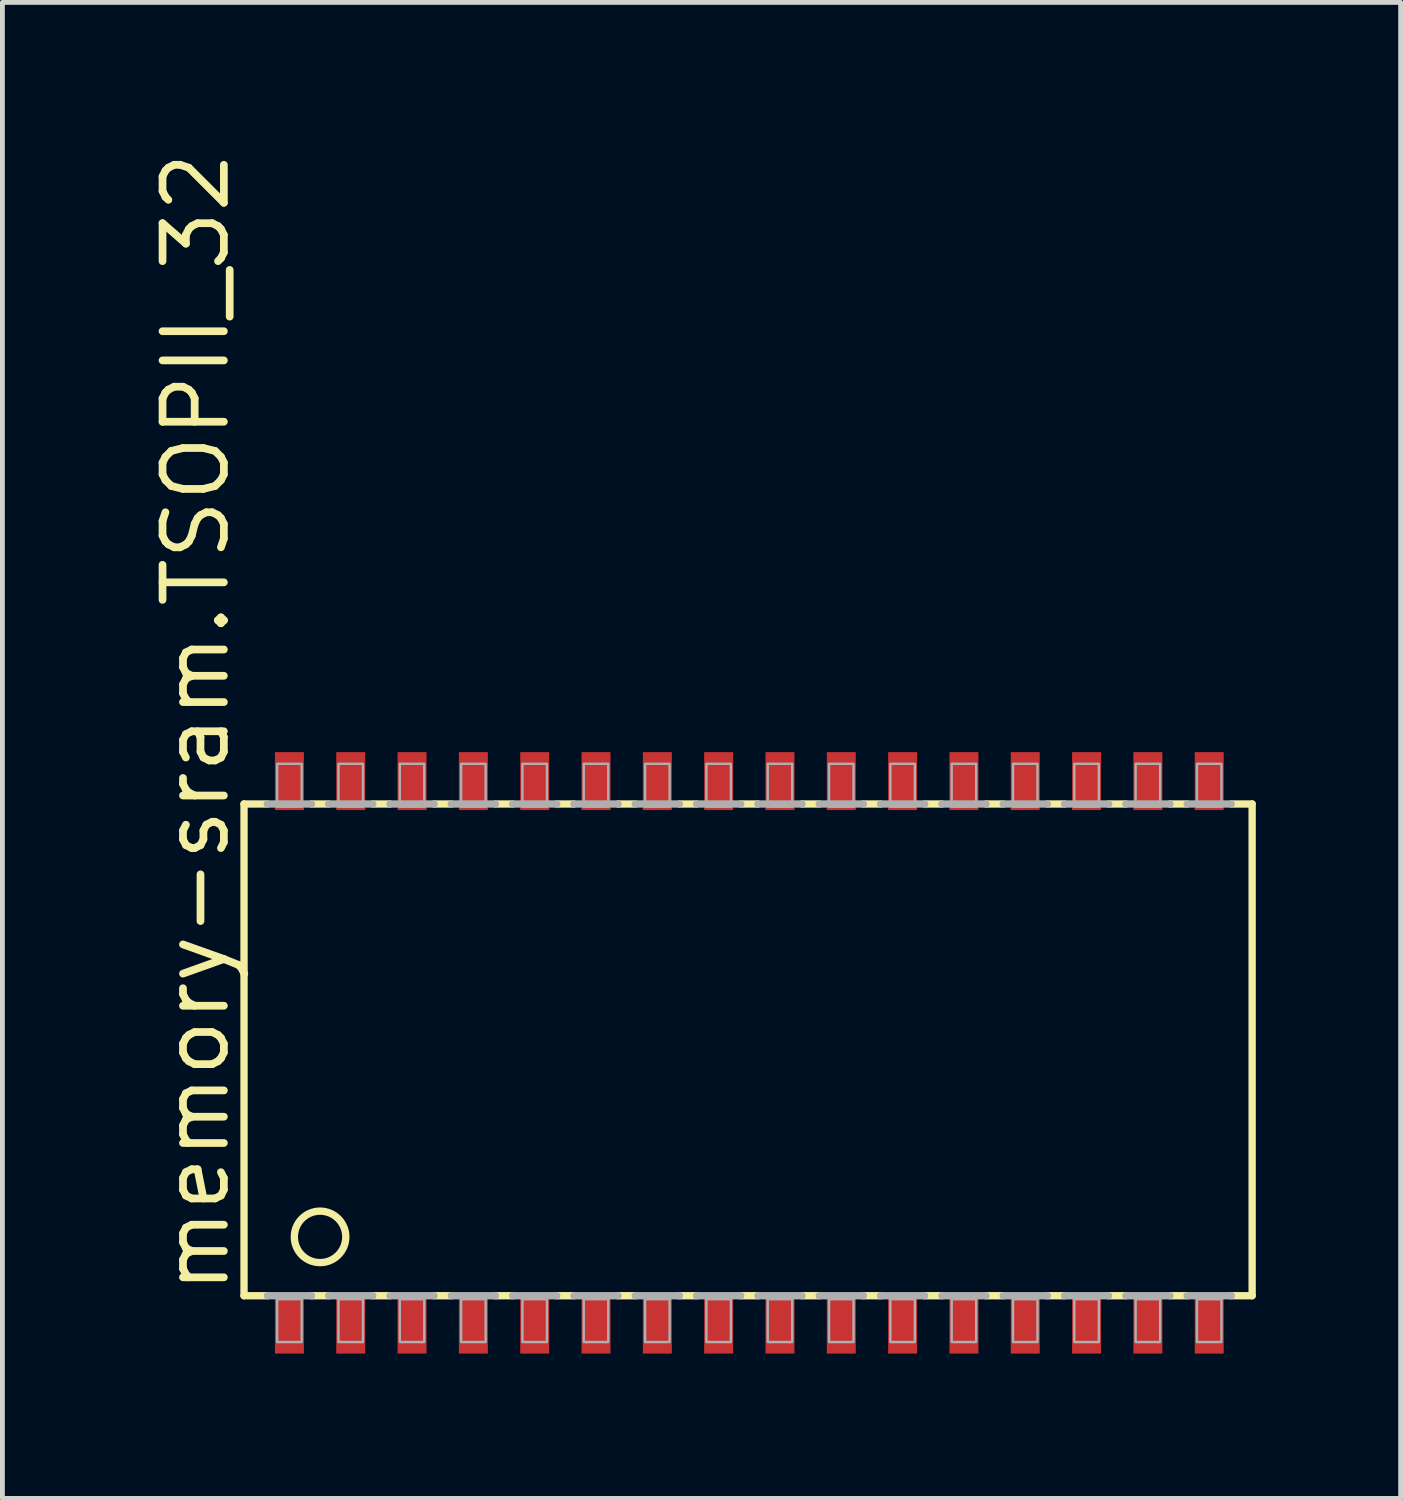
<source format=kicad_pcb>
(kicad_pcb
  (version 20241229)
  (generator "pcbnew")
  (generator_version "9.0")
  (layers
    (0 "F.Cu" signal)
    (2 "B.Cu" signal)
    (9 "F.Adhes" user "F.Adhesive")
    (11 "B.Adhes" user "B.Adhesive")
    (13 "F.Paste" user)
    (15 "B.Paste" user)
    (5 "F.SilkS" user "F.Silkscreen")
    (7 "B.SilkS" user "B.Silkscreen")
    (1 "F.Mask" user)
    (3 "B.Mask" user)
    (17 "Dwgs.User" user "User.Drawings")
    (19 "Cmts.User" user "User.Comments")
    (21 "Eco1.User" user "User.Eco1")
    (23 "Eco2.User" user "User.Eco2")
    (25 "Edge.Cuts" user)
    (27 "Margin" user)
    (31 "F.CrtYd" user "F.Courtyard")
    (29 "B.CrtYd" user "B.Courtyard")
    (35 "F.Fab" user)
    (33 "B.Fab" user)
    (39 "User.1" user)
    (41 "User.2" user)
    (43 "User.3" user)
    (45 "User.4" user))
  (footprint "memory-sram.TSOPII_32"
    (layer "F.Cu")
    (at 12.469 18.757)
    (property "Reference" "memory-sram.TSOPII_32" (at -10.719 5.055 90) (layer "F.SilkS") (effects (font (size 1.27 1.27) (thickness 0.16)) (justify left bottom)))
    (attr smd)
    (fp_line (start -10.465 -5.156) (end -10.465 5.029) (stroke (width 0.152) (type default)) (layer "F.SilkS"))
    (fp_line (start -10.465 -5.156) (end -9.982 -5.156) (stroke (width 0.152) (type default)) (layer "F.SilkS"))
    (fp_line (start -10.465 5.029) (end -9.982 5.029) (stroke (width 0.152) (type default)) (layer "F.SilkS"))
    (fp_line (start -9.068 -5.156) (end -8.712 -5.156) (stroke (width 0.152) (type default)) (layer "F.SilkS"))
    (fp_line (start -8.712 5.029) (end -9.068 5.029) (stroke (width 0.152) (type default)) (layer "F.SilkS"))
    (fp_line (start -7.798 -5.156) (end -7.442 -5.156) (stroke (width 0.152) (type default)) (layer "F.SilkS"))
    (fp_line (start -7.442 5.029) (end -7.798 5.029) (stroke (width 0.152) (type default)) (layer "F.SilkS"))
    (fp_line (start -6.528 -5.156) (end -6.172 -5.156) (stroke (width 0.152) (type default)) (layer "F.SilkS"))
    (fp_line (start -6.172 5.029) (end -6.528 5.029) (stroke (width 0.152) (type default)) (layer "F.SilkS"))
    (fp_line (start -5.258 -5.156) (end -4.902 -5.156) (stroke (width 0.152) (type default)) (layer "F.SilkS"))
    (fp_line (start -4.902 5.029) (end -5.258 5.029) (stroke (width 0.152) (type default)) (layer "F.SilkS"))
    (fp_line (start -3.988 -5.156) (end -3.632 -5.156) (stroke (width 0.152) (type default)) (layer "F.SilkS"))
    (fp_line (start -3.632 5.029) (end -3.988 5.029) (stroke (width 0.152) (type default)) (layer "F.SilkS"))
    (fp_line (start -2.718 -5.156) (end -2.362 -5.156) (stroke (width 0.152) (type default)) (layer "F.SilkS"))
    (fp_line (start -2.362 5.029) (end -2.718 5.029) (stroke (width 0.152) (type default)) (layer "F.SilkS"))
    (fp_line (start -1.448 -5.156) (end -1.092 -5.156) (stroke (width 0.152) (type default)) (layer "F.SilkS"))
    (fp_line (start -1.092 5.029) (end -1.448 5.029) (stroke (width 0.152) (type default)) (layer "F.SilkS"))
    (fp_line (start -0.178 -5.156) (end 0.178 -5.156) (stroke (width 0.152) (type default)) (layer "F.SilkS"))
    (fp_line (start 0.178 5.029) (end -0.178 5.029) (stroke (width 0.152) (type default)) (layer "F.SilkS"))
    (fp_line (start 1.092 -5.156) (end 1.448 -5.156) (stroke (width 0.152) (type default)) (layer "F.SilkS"))
    (fp_line (start 1.448 5.029) (end 1.092 5.029) (stroke (width 0.152) (type default)) (layer "F.SilkS"))
    (fp_line (start 2.362 -5.156) (end 2.718 -5.156) (stroke (width 0.152) (type default)) (layer "F.SilkS"))
    (fp_line (start 2.718 5.029) (end 2.362 5.029) (stroke (width 0.152) (type default)) (layer "F.SilkS"))
    (fp_line (start 3.632 -5.156) (end 3.988 -5.156) (stroke (width 0.152) (type default)) (layer "F.SilkS"))
    (fp_line (start 3.988 5.029) (end 3.632 5.029) (stroke (width 0.152) (type default)) (layer "F.SilkS"))
    (fp_line (start 4.902 -5.156) (end 5.258 -5.156) (stroke (width 0.152) (type default)) (layer "F.SilkS"))
    (fp_line (start 5.258 5.029) (end 4.902 5.029) (stroke (width 0.152) (type default)) (layer "F.SilkS"))
    (fp_line (start 6.172 -5.156) (end 6.528 -5.156) (stroke (width 0.152) (type default)) (layer "F.SilkS"))
    (fp_line (start 6.528 5.029) (end 6.172 5.029) (stroke (width 0.152) (type default)) (layer "F.SilkS"))
    (fp_line (start 7.442 -5.156) (end 7.798 -5.156) (stroke (width 0.152) (type default)) (layer "F.SilkS"))
    (fp_line (start 7.798 5.029) (end 7.442 5.029) (stroke (width 0.152) (type default)) (layer "F.SilkS"))
    (fp_line (start 8.712 -5.156) (end 9.068 -5.156) (stroke (width 0.152) (type default)) (layer "F.SilkS"))
    (fp_line (start 9.068 5.029) (end 8.712 5.029) (stroke (width 0.152) (type default)) (layer "F.SilkS"))
    (fp_line (start 10.414 -5.156) (end 9.982 -5.156) (stroke (width 0.152) (type default)) (layer "F.SilkS"))
    (fp_line (start 10.414 5.029) (end 9.982 5.029) (stroke (width 0.152) (type default)) (layer "F.SilkS"))
    (fp_line (start 10.414 5.029) (end 10.414 -5.156) (stroke (width 0.152) (type default)) (layer "F.SilkS"))
    (fp_circle (center -8.89 3.81) (end -8.357 3.81) (stroke (width 0.152) (type default)) (fill no) (layer "F.SilkS"))
    (fp_line (start -9.982 -5.156) (end -9.068 -5.156) (stroke (width 0.152) (type default)) (layer "F.Fab"))
    (fp_line (start -9.982 5.029) (end -9.068 5.029) (stroke (width 0.152) (type default)) (layer "F.Fab"))
    (fp_line (start -8.712 -5.156) (end -7.798 -5.156) (stroke (width 0.152) (type default)) (layer "F.Fab"))
    (fp_line (start -7.798 5.029) (end -8.712 5.029) (stroke (width 0.152) (type default)) (layer "F.Fab"))
    (fp_line (start -7.442 -5.156) (end -6.528 -5.156) (stroke (width 0.152) (type default)) (layer "F.Fab"))
    (fp_line (start -6.528 5.029) (end -7.442 5.029) (stroke (width 0.152) (type default)) (layer "F.Fab"))
    (fp_line (start -6.172 -5.156) (end -5.258 -5.156) (stroke (width 0.152) (type default)) (layer "F.Fab"))
    (fp_line (start -5.258 5.029) (end -6.172 5.029) (stroke (width 0.152) (type default)) (layer "F.Fab"))
    (fp_line (start -4.902 -5.156) (end -3.988 -5.156) (stroke (width 0.152) (type default)) (layer "F.Fab"))
    (fp_line (start -3.988 5.029) (end -4.902 5.029) (stroke (width 0.152) (type default)) (layer "F.Fab"))
    (fp_line (start -3.632 -5.156) (end -2.718 -5.156) (stroke (width 0.152) (type default)) (layer "F.Fab"))
    (fp_line (start -2.718 5.029) (end -3.632 5.029) (stroke (width 0.152) (type default)) (layer "F.Fab"))
    (fp_line (start -2.362 -5.156) (end -1.448 -5.156) (stroke (width 0.152) (type default)) (layer "F.Fab"))
    (fp_line (start -1.448 5.029) (end -2.362 5.029) (stroke (width 0.152) (type default)) (layer "F.Fab"))
    (fp_line (start -1.092 -5.156) (end -0.178 -5.156) (stroke (width 0.152) (type default)) (layer "F.Fab"))
    (fp_line (start -0.178 5.029) (end -1.092 5.029) (stroke (width 0.152) (type default)) (layer "F.Fab"))
    (fp_line (start 0.178 -5.156) (end 1.092 -5.156) (stroke (width 0.152) (type default)) (layer "F.Fab"))
    (fp_line (start 1.092 5.029) (end 0.178 5.029) (stroke (width 0.152) (type default)) (layer "F.Fab"))
    (fp_line (start 1.448 -5.156) (end 2.362 -5.156) (stroke (width 0.152) (type default)) (layer "F.Fab"))
    (fp_line (start 2.362 5.029) (end 1.448 5.029) (stroke (width 0.152) (type default)) (layer "F.Fab"))
    (fp_line (start 2.718 -5.156) (end 3.632 -5.156) (stroke (width 0.152) (type default)) (layer "F.Fab"))
    (fp_line (start 3.632 5.029) (end 2.718 5.029) (stroke (width 0.152) (type default)) (layer "F.Fab"))
    (fp_line (start 3.988 -5.156) (end 4.902 -5.156) (stroke (width 0.152) (type default)) (layer "F.Fab"))
    (fp_line (start 4.902 5.029) (end 3.988 5.029) (stroke (width 0.152) (type default)) (layer "F.Fab"))
    (fp_line (start 5.258 -5.156) (end 6.172 -5.156) (stroke (width 0.152) (type default)) (layer "F.Fab"))
    (fp_line (start 6.172 5.029) (end 5.258 5.029) (stroke (width 0.152) (type default)) (layer "F.Fab"))
    (fp_line (start 6.528 -5.156) (end 7.442 -5.156) (stroke (width 0.152) (type default)) (layer "F.Fab"))
    (fp_line (start 7.442 5.029) (end 6.528 5.029) (stroke (width 0.152) (type default)) (layer "F.Fab"))
    (fp_line (start 7.798 -5.156) (end 8.712 -5.156) (stroke (width 0.152) (type default)) (layer "F.Fab"))
    (fp_line (start 8.712 5.029) (end 7.798 5.029) (stroke (width 0.152) (type default)) (layer "F.Fab"))
    (fp_line (start 9.982 -5.156) (end 9.068 -5.156) (stroke (width 0.152) (type default)) (layer "F.Fab"))
    (fp_line (start 9.982 5.029) (end 9.068 5.029) (stroke (width 0.152) (type default)) (layer "F.Fab"))
    (fp_rect (start -9.779 -5.1) (end -9.271 -5.988) (stroke (width 0.05) (type default)) (fill no) (layer "F.Fab"))
    (fp_rect (start -9.779 5.988) (end -9.271 5.1) (stroke (width 0.05) (type default)) (fill no) (layer "F.Fab"))
    (fp_rect (start -8.509 -5.1) (end -8.001 -5.988) (stroke (width 0.05) (type default)) (fill no) (layer "F.Fab"))
    (fp_rect (start -8.509 5.988) (end -8.001 5.1) (stroke (width 0.05) (type default)) (fill no) (layer "F.Fab"))
    (fp_rect (start -7.239 -5.1) (end -6.731 -5.988) (stroke (width 0.05) (type default)) (fill no) (layer "F.Fab"))
    (fp_rect (start -7.239 5.988) (end -6.731 5.1) (stroke (width 0.05) (type default)) (fill no) (layer "F.Fab"))
    (fp_rect (start -5.969 -5.1) (end -5.461 -5.988) (stroke (width 0.05) (type default)) (fill no) (layer "F.Fab"))
    (fp_rect (start -5.969 5.988) (end -5.461 5.1) (stroke (width 0.05) (type default)) (fill no) (layer "F.Fab"))
    (fp_rect (start -4.699 -5.1) (end -4.191 -5.988) (stroke (width 0.05) (type default)) (fill no) (layer "F.Fab"))
    (fp_rect (start -4.699 5.988) (end -4.191 5.1) (stroke (width 0.05) (type default)) (fill no) (layer "F.Fab"))
    (fp_rect (start -3.429 -5.1) (end -2.921 -5.988) (stroke (width 0.05) (type default)) (fill no) (layer "F.Fab"))
    (fp_rect (start -3.429 5.988) (end -2.921 5.1) (stroke (width 0.05) (type default)) (fill no) (layer "F.Fab"))
    (fp_rect (start -2.159 -5.1) (end -1.651 -5.988) (stroke (width 0.05) (type default)) (fill no) (layer "F.Fab"))
    (fp_rect (start -2.159 5.988) (end -1.651 5.1) (stroke (width 0.05) (type default)) (fill no) (layer "F.Fab"))
    (fp_rect (start -0.889 -5.1) (end -0.381 -5.988) (stroke (width 0.05) (type default)) (fill no) (layer "F.Fab"))
    (fp_rect (start -0.889 5.988) (end -0.381 5.1) (stroke (width 0.05) (type default)) (fill no) (layer "F.Fab"))
    (fp_rect (start 0.381 -5.1) (end 0.889 -5.988) (stroke (width 0.05) (type default)) (fill no) (layer "F.Fab"))
    (fp_rect (start 0.381 5.988) (end 0.889 5.1) (stroke (width 0.05) (type default)) (fill no) (layer "F.Fab"))
    (fp_rect (start 1.651 -5.1) (end 2.159 -5.988) (stroke (width 0.05) (type default)) (fill no) (layer "F.Fab"))
    (fp_rect (start 1.651 5.988) (end 2.159 5.1) (stroke (width 0.05) (type default)) (fill no) (layer "F.Fab"))
    (fp_rect (start 2.921 -5.1) (end 3.429 -5.988) (stroke (width 0.05) (type default)) (fill no) (layer "F.Fab"))
    (fp_rect (start 2.921 5.988) (end 3.429 5.1) (stroke (width 0.05) (type default)) (fill no) (layer "F.Fab"))
    (fp_rect (start 4.191 -5.1) (end 4.699 -5.988) (stroke (width 0.05) (type default)) (fill no) (layer "F.Fab"))
    (fp_rect (start 4.191 5.988) (end 4.699 5.1) (stroke (width 0.05) (type default)) (fill no) (layer "F.Fab"))
    (fp_rect (start 5.461 -5.1) (end 5.969 -5.988) (stroke (width 0.05) (type default)) (fill no) (layer "F.Fab"))
    (fp_rect (start 5.461 5.988) (end 5.969 5.1) (stroke (width 0.05) (type default)) (fill no) (layer "F.Fab"))
    (fp_rect (start 6.731 -5.1) (end 7.239 -5.988) (stroke (width 0.05) (type default)) (fill no) (layer "F.Fab"))
    (fp_rect (start 6.731 5.988) (end 7.239 5.1) (stroke (width 0.05) (type default)) (fill no) (layer "F.Fab"))
    (fp_rect (start 8.001 -5.1) (end 8.509 -5.988) (stroke (width 0.05) (type default)) (fill no) (layer "F.Fab"))
    (fp_rect (start 8.001 5.988) (end 8.509 5.1) (stroke (width 0.05) (type default)) (fill no) (layer "F.Fab"))
    (fp_rect (start 9.271 -5.1) (end 9.779 -5.988) (stroke (width 0.05) (type default)) (fill no) (layer "F.Fab"))
    (fp_rect (start 9.271 5.988) (end 9.779 5.1) (stroke (width 0.05) (type default)) (fill no) (layer "F.Fab"))
    (pad "1" smd roundrect (at -9.525 5.627) (size 0.6 1.2) (layers "F.Cu" "F.Mask" "F.Paste") (roundrect_rratio 0.01))
    (pad "2" smd roundrect (at -8.255 5.627) (size 0.6 1.2) (layers "F.Cu" "F.Mask" "F.Paste") (roundrect_rratio 0.01))
    (pad "3" smd roundrect (at -6.985 5.627) (size 0.6 1.2) (layers "F.Cu" "F.Mask" "F.Paste") (roundrect_rratio 0.01))
    (pad "4" smd roundrect (at -5.715 5.627) (size 0.6 1.2) (layers "F.Cu" "F.Mask" "F.Paste") (roundrect_rratio 0.01))
    (pad "5" smd roundrect (at -4.445 5.627) (size 0.6 1.2) (layers "F.Cu" "F.Mask" "F.Paste") (roundrect_rratio 0.01))
    (pad "6" smd roundrect (at -3.175 5.627) (size 0.6 1.2) (layers "F.Cu" "F.Mask" "F.Paste") (roundrect_rratio 0.01))
    (pad "7" smd roundrect (at -1.905 5.627) (size 0.6 1.2) (layers "F.Cu" "F.Mask" "F.Paste") (roundrect_rratio 0.01))
    (pad "8" smd roundrect (at -0.635 5.627) (size 0.6 1.2) (layers "F.Cu" "F.Mask" "F.Paste") (roundrect_rratio 0.01))
    (pad "9" smd roundrect (at 0.635 5.627) (size 0.6 1.2) (layers "F.Cu" "F.Mask" "F.Paste") (roundrect_rratio 0.01))
    (pad "10" smd roundrect (at 1.905 5.627) (size 0.6 1.2) (layers "F.Cu" "F.Mask" "F.Paste") (roundrect_rratio 0.01))
    (pad "11" smd roundrect (at 3.175 5.627) (size 0.6 1.2) (layers "F.Cu" "F.Mask" "F.Paste") (roundrect_rratio 0.01))
    (pad "12" smd roundrect (at 4.445 5.627) (size 0.6 1.2) (layers "F.Cu" "F.Mask" "F.Paste") (roundrect_rratio 0.01))
    (pad "13" smd roundrect (at 5.715 5.627) (size 0.6 1.2) (layers "F.Cu" "F.Mask" "F.Paste") (roundrect_rratio 0.01))
    (pad "14" smd roundrect (at 6.985 5.627) (size 0.6 1.2) (layers "F.Cu" "F.Mask" "F.Paste") (roundrect_rratio 0.01))
    (pad "15" smd roundrect (at 8.255 5.627) (size 0.6 1.2) (layers "F.Cu" "F.Mask" "F.Paste") (roundrect_rratio 0.01))
    (pad "16" smd roundrect (at 9.525 5.627) (size 0.6 1.2) (layers "F.Cu" "F.Mask" "F.Paste") (roundrect_rratio 0.01))
    (pad "17" smd roundrect (at 9.525 -5.629) (size 0.6 1.2) (layers "F.Cu" "F.Mask" "F.Paste") (roundrect_rratio 0.01))
    (pad "18" smd roundrect (at 8.255 -5.629) (size 0.6 1.2) (layers "F.Cu" "F.Mask" "F.Paste") (roundrect_rratio 0.01))
    (pad "19" smd roundrect (at 6.985 -5.629) (size 0.6 1.2) (layers "F.Cu" "F.Mask" "F.Paste") (roundrect_rratio 0.01))
    (pad "20" smd roundrect (at 5.715 -5.629) (size 0.6 1.2) (layers "F.Cu" "F.Mask" "F.Paste") (roundrect_rratio 0.01))
    (pad "21" smd roundrect (at 4.445 -5.629) (size 0.6 1.2) (layers "F.Cu" "F.Mask" "F.Paste") (roundrect_rratio 0.01))
    (pad "22" smd roundrect (at 3.175 -5.629) (size 0.6 1.2) (layers "F.Cu" "F.Mask" "F.Paste") (roundrect_rratio 0.01))
    (pad "23" smd roundrect (at 1.905 -5.629) (size 0.6 1.2) (layers "F.Cu" "F.Mask" "F.Paste") (roundrect_rratio 0.01))
    (pad "24" smd roundrect (at 0.635 -5.629) (size 0.6 1.2) (layers "F.Cu" "F.Mask" "F.Paste") (roundrect_rratio 0.01))
    (pad "25" smd roundrect (at -0.635 -5.629) (size 0.6 1.2) (layers "F.Cu" "F.Mask" "F.Paste") (roundrect_rratio 0.01))
    (pad "26" smd roundrect (at -1.905 -5.629) (size 0.6 1.2) (layers "F.Cu" "F.Mask" "F.Paste") (roundrect_rratio 0.01))
    (pad "27" smd roundrect (at -3.175 -5.629) (size 0.6 1.2) (layers "F.Cu" "F.Mask" "F.Paste") (roundrect_rratio 0.01))
    (pad "28" smd roundrect (at -4.445 -5.629) (size 0.6 1.2) (layers "F.Cu" "F.Mask" "F.Paste") (roundrect_rratio 0.01))
    (pad "29" smd roundrect (at -5.715 -5.629) (size 0.6 1.2) (layers "F.Cu" "F.Mask" "F.Paste") (roundrect_rratio 0.01))
    (pad "30" smd roundrect (at -6.985 -5.629) (size 0.6 1.2) (layers "F.Cu" "F.Mask" "F.Paste") (roundrect_rratio 0.01))
    (pad "31" smd roundrect (at -8.255 -5.629) (size 0.6 1.2) (layers "F.Cu" "F.Mask" "F.Paste") (roundrect_rratio 0.01))
    (pad "32" smd roundrect (at -9.525 -5.629) (size 0.6 1.2) (layers "F.Cu" "F.Mask" "F.Paste") (roundrect_rratio 0.01)))
  (gr_rect
    (start -3 -3)
    (end 25.959 27.984)
    (stroke (width 0.1) (type default))
    (fill no)
    (layer "Edge.Cuts")))
</source>
